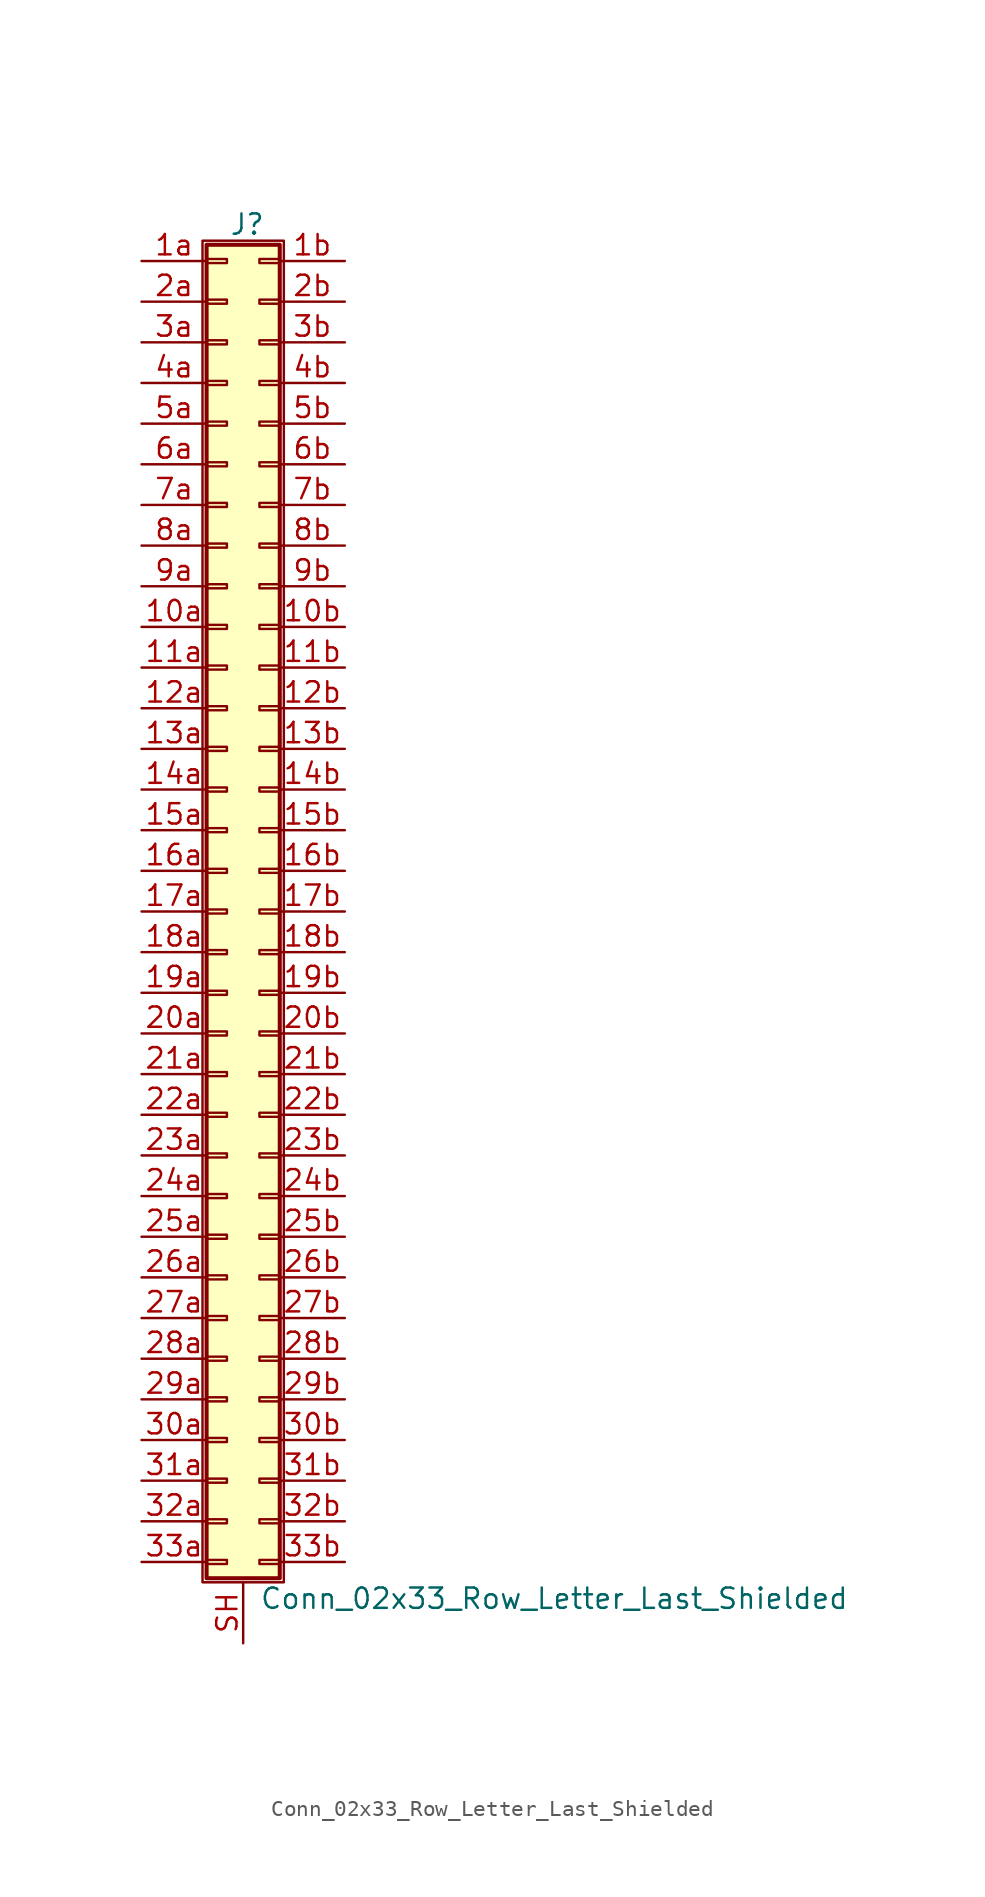
<source format=kicad_sym>
(kicad_symbol_lib
  (version 20201005)
  (generator kicad_symbol_editor)
  (symbol "Connector_Generic_Shielded:Conn_02x33_Row_Letter_Last_Shielded"
    (pin_names
      (offset 1.016) hide)
    (property "Reference" "J"
      (at 1.524 42.926 0)
      (effects (font (size 1.27 1.27))))
    (property "Value" "Conn_02x33_Row_Letter_Last_Shielded"
      (at 2.286 -42.926 0)
      (effects (font (size 1.27 1.27)) (justify left)))
    (symbol "Conn_02x33_Row_Letter_Last_Shielded_1_1"
      (rectangle (start -1.016 -27.813) (end 0.254 -28.067) (stroke (width 0.152)) (fill (type none)))
      (rectangle (start -1.016 -30.353) (end 0.254 -30.607) (stroke (width 0.152)) (fill (type none)))
      (rectangle (start -1.016 -32.893) (end 0.254 -33.147) (stroke (width 0.152)) (fill (type none)))
      (rectangle (start -1.016 -35.433) (end 0.254 -35.687) (stroke (width 0.152)) (fill (type none)))
      (rectangle (start -1.016 -37.973) (end 0.254 -38.227) (stroke (width 0.152)) (fill (type none)))
      (rectangle (start -1.016 -40.513) (end 0.254 -40.767) (stroke (width 0.152)) (fill (type none)))
      (rectangle (start -1.016 -4.953) (end 0.254 -5.207) (stroke (width 0.152)) (fill (type none)))
      (rectangle (start -1.016 -7.493) (end 0.254 -7.747) (stroke (width 0.152)) (fill (type none)))
      (rectangle (start -1.016 -10.033) (end 0.254 -10.287) (stroke (width 0.152)) (fill (type none)))
      (rectangle (start -1.016 -12.573) (end 0.254 -12.827) (stroke (width 0.152)) (fill (type none)))
      (rectangle (start -1.016 -15.113) (end 0.254 -15.367) (stroke (width 0.152)) (fill (type none)))
      (rectangle (start -1.016 -17.653) (end 0.254 -17.907) (stroke (width 0.152)) (fill (type none)))
      (rectangle (start -1.016 -20.193) (end 0.254 -20.447) (stroke (width 0.152)) (fill (type none)))
      (rectangle (start -1.016 -22.733) (end 0.254 -22.987) (stroke (width 0.152)) (fill (type none)))
      (rectangle (start -1.016 -2.413) (end 0.254 -2.667) (stroke (width 0.152)) (fill (type none)))
      (rectangle (start -1.016 -25.273) (end 0.254 -25.527) (stroke (width 0.152)) (fill (type none)))
      (rectangle (start -1.016 25.527) (end 0.254 25.273) (stroke (width 0.152)) (fill (type none)))
      (rectangle (start -1.016 2.667) (end 0.254 2.413) (stroke (width 0.152)) (fill (type none)))
      (rectangle (start -1.016 28.067) (end 0.254 27.813) (stroke (width 0.152)) (fill (type none)))
      (rectangle (start -1.016 30.607) (end 0.254 30.353) (stroke (width 0.152)) (fill (type none)))
      (rectangle (start -1.016 33.147) (end 0.254 32.893) (stroke (width 0.152)) (fill (type none)))
      (rectangle (start -1.016 35.687) (end 0.254 35.433) (stroke (width 0.152)) (fill (type none)))
      (rectangle (start -1.016 38.227) (end 0.254 37.973) (stroke (width 0.152)) (fill (type none)))
      (rectangle (start -1.016 40.767) (end 0.254 40.513) (stroke (width 0.152)) (fill (type none)))
      (rectangle (start -1.016 41.656) (end 3.556 -41.656) (stroke (width 0.254)) (fill (type background)))
      (rectangle (start -1.016 5.207) (end 0.254 4.953) (stroke (width 0.152)) (fill (type none)))
      (rectangle (start -1.016 7.747) (end 0.254 7.493) (stroke (width 0.152)) (fill (type none)))
      (rectangle (start -1.016 10.287) (end 0.254 10.033) (stroke (width 0.152)) (fill (type none)))
      (rectangle (start -1.016 0.127) (end 0.254 -0.127) (stroke (width 0.152)) (fill (type none)))
      (rectangle (start -1.016 12.827) (end 0.254 12.573) (stroke (width 0.152)) (fill (type none)))
      (rectangle (start -1.016 15.367) (end 0.254 15.113) (stroke (width 0.152)) (fill (type none)))
      (rectangle (start -1.016 17.907) (end 0.254 17.653) (stroke (width 0.152)) (fill (type none)))
      (rectangle (start -1.016 20.447) (end 0.254 20.193) (stroke (width 0.152)) (fill (type none)))
      (rectangle (start -1.016 22.987) (end 0.254 22.733) (stroke (width 0.152)) (fill (type none)))
      (rectangle (start -1.27 41.91) (end 3.81 -41.91) (stroke (width 0.152)) (fill (type none)))
      (rectangle (start 3.556 -27.813) (end 2.286 -28.067) (stroke (width 0.152)) (fill (type none)))
      (rectangle (start 3.556 -30.353) (end 2.286 -30.607) (stroke (width 0.152)) (fill (type none)))
      (rectangle (start 3.556 -32.893) (end 2.286 -33.147) (stroke (width 0.152)) (fill (type none)))
      (rectangle (start 3.556 -35.433) (end 2.286 -35.687) (stroke (width 0.152)) (fill (type none)))
      (rectangle (start 3.556 -37.973) (end 2.286 -38.227) (stroke (width 0.152)) (fill (type none)))
      (rectangle (start 3.556 -40.513) (end 2.286 -40.767) (stroke (width 0.152)) (fill (type none)))
      (rectangle (start 3.556 -4.953) (end 2.286 -5.207) (stroke (width 0.152)) (fill (type none)))
      (rectangle (start 3.556 -7.493) (end 2.286 -7.747) (stroke (width 0.152)) (fill (type none)))
      (rectangle (start 3.556 -10.033) (end 2.286 -10.287) (stroke (width 0.152)) (fill (type none)))
      (rectangle (start 3.556 -12.573) (end 2.286 -12.827) (stroke (width 0.152)) (fill (type none)))
      (rectangle (start 3.556 -15.113) (end 2.286 -15.367) (stroke (width 0.152)) (fill (type none)))
      (rectangle (start 3.556 -17.653) (end 2.286 -17.907) (stroke (width 0.152)) (fill (type none)))
      (rectangle (start 3.556 -20.193) (end 2.286 -20.447) (stroke (width 0.152)) (fill (type none)))
      (rectangle (start 3.556 -22.733) (end 2.286 -22.987) (stroke (width 0.152)) (fill (type none)))
      (rectangle (start 3.556 -2.413) (end 2.286 -2.667) (stroke (width 0.152)) (fill (type none)))
      (rectangle (start 3.556 -25.273) (end 2.286 -25.527) (stroke (width 0.152)) (fill (type none)))
      (rectangle (start 3.556 25.527) (end 2.286 25.273) (stroke (width 0.152)) (fill (type none)))
      (rectangle (start 3.556 2.667) (end 2.286 2.413) (stroke (width 0.152)) (fill (type none)))
      (rectangle (start 3.556 28.067) (end 2.286 27.813) (stroke (width 0.152)) (fill (type none)))
      (rectangle (start 3.556 30.607) (end 2.286 30.353) (stroke (width 0.152)) (fill (type none)))
      (rectangle (start 3.556 33.147) (end 2.286 32.893) (stroke (width 0.152)) (fill (type none)))
      (rectangle (start 3.556 35.687) (end 2.286 35.433) (stroke (width 0.152)) (fill (type none)))
      (rectangle (start 3.556 38.227) (end 2.286 37.973) (stroke (width 0.152)) (fill (type none)))
      (rectangle (start 3.556 40.767) (end 2.286 40.513) (stroke (width 0.152)) (fill (type none)))
      (rectangle (start 3.556 5.207) (end 2.286 4.953) (stroke (width 0.152)) (fill (type none)))
      (rectangle (start 3.556 7.747) (end 2.286 7.493) (stroke (width 0.152)) (fill (type none)))
      (rectangle (start 3.556 10.287) (end 2.286 10.033) (stroke (width 0.152)) (fill (type none)))
      (rectangle (start 3.556 0.127) (end 2.286 -0.127) (stroke (width 0.152)) (fill (type none)))
      (rectangle (start 3.556 12.827) (end 2.286 12.573) (stroke (width 0.152)) (fill (type none)))
      (rectangle (start 3.556 15.367) (end 2.286 15.113) (stroke (width 0.152)) (fill (type none)))
      (rectangle (start 3.556 17.907) (end 2.286 17.653) (stroke (width 0.152)) (fill (type none)))
      (rectangle (start 3.556 20.447) (end 2.286 20.193) (stroke (width 0.152)) (fill (type none)))
      (rectangle (start 3.556 22.987) (end 2.286 22.733) (stroke (width 0.152)) (fill (type none)))
      (pin passive line (at -5.08 17.78 0) (length 4.064) (name "Pin_10a" (effects (font (size 1.27 1.27)))) (number "10a" (effects (font (size 1.27 1.27)))))
      (pin passive line (at 7.62 17.78 180) (length 4.064) (name "Pin_10b" (effects (font (size 1.27 1.27)))) (number "10b" (effects (font (size 1.27 1.27)))))
      (pin passive line (at -5.08 15.24 0) (length 4.064) (name "Pin_11a" (effects (font (size 1.27 1.27)))) (number "11a" (effects (font (size 1.27 1.27)))))
      (pin passive line (at 7.62 15.24 180) (length 4.064) (name "Pin_11b" (effects (font (size 1.27 1.27)))) (number "11b" (effects (font (size 1.27 1.27)))))
      (pin passive line (at -5.08 12.7 0) (length 4.064) (name "Pin_12a" (effects (font (size 1.27 1.27)))) (number "12a" (effects (font (size 1.27 1.27)))))
      (pin passive line (at 7.62 12.7 180) (length 4.064) (name "Pin_12b" (effects (font (size 1.27 1.27)))) (number "12b" (effects (font (size 1.27 1.27)))))
      (pin passive line (at -5.08 10.16 0) (length 4.064) (name "Pin_13a" (effects (font (size 1.27 1.27)))) (number "13a" (effects (font (size 1.27 1.27)))))
      (pin passive line (at 7.62 10.16 180) (length 4.064) (name "Pin_13b" (effects (font (size 1.27 1.27)))) (number "13b" (effects (font (size 1.27 1.27)))))
      (pin passive line (at -5.08 7.62 0) (length 4.064) (name "Pin_14a" (effects (font (size 1.27 1.27)))) (number "14a" (effects (font (size 1.27 1.27)))))
      (pin passive line (at 7.62 7.62 180) (length 4.064) (name "Pin_14b" (effects (font (size 1.27 1.27)))) (number "14b" (effects (font (size 1.27 1.27)))))
      (pin passive line (at -5.08 5.08 0) (length 4.064) (name "Pin_15a" (effects (font (size 1.27 1.27)))) (number "15a" (effects (font (size 1.27 1.27)))))
      (pin passive line (at 7.62 5.08 180) (length 4.064) (name "Pin_15b" (effects (font (size 1.27 1.27)))) (number "15b" (effects (font (size 1.27 1.27)))))
      (pin passive line (at -5.08 2.54 0) (length 4.064) (name "Pin_16a" (effects (font (size 1.27 1.27)))) (number "16a" (effects (font (size 1.27 1.27)))))
      (pin passive line (at 7.62 2.54 180) (length 4.064) (name "Pin_16b" (effects (font (size 1.27 1.27)))) (number "16b" (effects (font (size 1.27 1.27)))))
      (pin passive line (at -5.08 0 0) (length 4.064) (name "Pin_17a" (effects (font (size 1.27 1.27)))) (number "17a" (effects (font (size 1.27 1.27)))))
      (pin passive line (at 7.62 0 180) (length 4.064) (name "Pin_17b" (effects (font (size 1.27 1.27)))) (number "17b" (effects (font (size 1.27 1.27)))))
      (pin passive line (at -5.08 -2.54 0) (length 4.064) (name "Pin_18a" (effects (font (size 1.27 1.27)))) (number "18a" (effects (font (size 1.27 1.27)))))
      (pin passive line (at 7.62 -2.54 180) (length 4.064) (name "Pin_18b" (effects (font (size 1.27 1.27)))) (number "18b" (effects (font (size 1.27 1.27)))))
      (pin passive line (at -5.08 -5.08 0) (length 4.064) (name "Pin_19a" (effects (font (size 1.27 1.27)))) (number "19a" (effects (font (size 1.27 1.27)))))
      (pin passive line (at 7.62 -5.08 180) (length 4.064) (name "Pin_19b" (effects (font (size 1.27 1.27)))) (number "19b" (effects (font (size 1.27 1.27)))))
      (pin passive line (at -5.08 40.64 0) (length 4.064) (name "Pin_1a" (effects (font (size 1.27 1.27)))) (number "1a" (effects (font (size 1.27 1.27)))))
      (pin passive line (at 7.62 40.64 180) (length 4.064) (name "Pin_1b" (effects (font (size 1.27 1.27)))) (number "1b" (effects (font (size 1.27 1.27)))))
      (pin passive line (at -5.08 -7.62 0) (length 4.064) (name "Pin_20a" (effects (font (size 1.27 1.27)))) (number "20a" (effects (font (size 1.27 1.27)))))
      (pin passive line (at 7.62 -7.62 180) (length 4.064) (name "Pin_20b" (effects (font (size 1.27 1.27)))) (number "20b" (effects (font (size 1.27 1.27)))))
      (pin passive line (at -5.08 -10.16 0) (length 4.064) (name "Pin_21a" (effects (font (size 1.27 1.27)))) (number "21a" (effects (font (size 1.27 1.27)))))
      (pin passive line (at 7.62 -10.16 180) (length 4.064) (name "Pin_21b" (effects (font (size 1.27 1.27)))) (number "21b" (effects (font (size 1.27 1.27)))))
      (pin passive line (at -5.08 -12.7 0) (length 4.064) (name "Pin_22a" (effects (font (size 1.27 1.27)))) (number "22a" (effects (font (size 1.27 1.27)))))
      (pin passive line (at 7.62 -12.7 180) (length 4.064) (name "Pin_22b" (effects (font (size 1.27 1.27)))) (number "22b" (effects (font (size 1.27 1.27)))))
      (pin passive line (at -5.08 -15.24 0) (length 4.064) (name "Pin_23a" (effects (font (size 1.27 1.27)))) (number "23a" (effects (font (size 1.27 1.27)))))
      (pin passive line (at 7.62 -15.24 180) (length 4.064) (name "Pin_23b" (effects (font (size 1.27 1.27)))) (number "23b" (effects (font (size 1.27 1.27)))))
      (pin passive line (at -5.08 -17.78 0) (length 4.064) (name "Pin_24a" (effects (font (size 1.27 1.27)))) (number "24a" (effects (font (size 1.27 1.27)))))
      (pin passive line (at 7.62 -17.78 180) (length 4.064) (name "Pin_24b" (effects (font (size 1.27 1.27)))) (number "24b" (effects (font (size 1.27 1.27)))))
      (pin passive line (at -5.08 -20.32 0) (length 4.064) (name "Pin_25a" (effects (font (size 1.27 1.27)))) (number "25a" (effects (font (size 1.27 1.27)))))
      (pin passive line (at 7.62 -20.32 180) (length 4.064) (name "Pin_25b" (effects (font (size 1.27 1.27)))) (number "25b" (effects (font (size 1.27 1.27)))))
      (pin passive line (at -5.08 -22.86 0) (length 4.064) (name "Pin_26a" (effects (font (size 1.27 1.27)))) (number "26a" (effects (font (size 1.27 1.27)))))
      (pin passive line (at 7.62 -22.86 180) (length 4.064) (name "Pin_26b" (effects (font (size 1.27 1.27)))) (number "26b" (effects (font (size 1.27 1.27)))))
      (pin passive line (at -5.08 -25.4 0) (length 4.064) (name "Pin_27a" (effects (font (size 1.27 1.27)))) (number "27a" (effects (font (size 1.27 1.27)))))
      (pin passive line (at 7.62 -25.4 180) (length 4.064) (name "Pin_27b" (effects (font (size 1.27 1.27)))) (number "27b" (effects (font (size 1.27 1.27)))))
      (pin passive line (at -5.08 -27.94 0) (length 4.064) (name "Pin_28a" (effects (font (size 1.27 1.27)))) (number "28a" (effects (font (size 1.27 1.27)))))
      (pin passive line (at 7.62 -27.94 180) (length 4.064) (name "Pin_28b" (effects (font (size 1.27 1.27)))) (number "28b" (effects (font (size 1.27 1.27)))))
      (pin passive line (at -5.08 -30.48 0) (length 4.064) (name "Pin_29a" (effects (font (size 1.27 1.27)))) (number "29a" (effects (font (size 1.27 1.27)))))
      (pin passive line (at 7.62 -30.48 180) (length 4.064) (name "Pin_29b" (effects (font (size 1.27 1.27)))) (number "29b" (effects (font (size 1.27 1.27)))))
      (pin passive line (at -5.08 38.1 0) (length 4.064) (name "Pin_2a" (effects (font (size 1.27 1.27)))) (number "2a" (effects (font (size 1.27 1.27)))))
      (pin passive line (at 7.62 38.1 180) (length 4.064) (name "Pin_2b" (effects (font (size 1.27 1.27)))) (number "2b" (effects (font (size 1.27 1.27)))))
      (pin passive line (at -5.08 -33.02 0) (length 4.064) (name "Pin_30a" (effects (font (size 1.27 1.27)))) (number "30a" (effects (font (size 1.27 1.27)))))
      (pin passive line (at 7.62 -33.02 180) (length 4.064) (name "Pin_30b" (effects (font (size 1.27 1.27)))) (number "30b" (effects (font (size 1.27 1.27)))))
      (pin passive line (at -5.08 -35.56 0) (length 4.064) (name "Pin_31a" (effects (font (size 1.27 1.27)))) (number "31a" (effects (font (size 1.27 1.27)))))
      (pin passive line (at 7.62 -35.56 180) (length 4.064) (name "Pin_31b" (effects (font (size 1.27 1.27)))) (number "31b" (effects (font (size 1.27 1.27)))))
      (pin passive line (at -5.08 -38.1 0) (length 4.064) (name "Pin_32a" (effects (font (size 1.27 1.27)))) (number "32a" (effects (font (size 1.27 1.27)))))
      (pin passive line (at 7.62 -38.1 180) (length 4.064) (name "Pin_32b" (effects (font (size 1.27 1.27)))) (number "32b" (effects (font (size 1.27 1.27)))))
      (pin passive line (at -5.08 -40.64 0) (length 4.064) (name "Pin_33a" (effects (font (size 1.27 1.27)))) (number "33a" (effects (font (size 1.27 1.27)))))
      (pin passive line (at 7.62 -40.64 180) (length 4.064) (name "Pin_33b" (effects (font (size 1.27 1.27)))) (number "33b" (effects (font (size 1.27 1.27)))))
      (pin passive line (at -5.08 35.56 0) (length 4.064) (name "Pin_3a" (effects (font (size 1.27 1.27)))) (number "3a" (effects (font (size 1.27 1.27)))))
      (pin passive line (at 7.62 35.56 180) (length 4.064) (name "Pin_3b" (effects (font (size 1.27 1.27)))) (number "3b" (effects (font (size 1.27 1.27)))))
      (pin passive line (at -5.08 33.02 0) (length 4.064) (name "Pin_4a" (effects (font (size 1.27 1.27)))) (number "4a" (effects (font (size 1.27 1.27)))))
      (pin passive line (at 7.62 33.02 180) (length 4.064) (name "Pin_4b" (effects (font (size 1.27 1.27)))) (number "4b" (effects (font (size 1.27 1.27)))))
      (pin passive line (at -5.08 30.48 0) (length 4.064) (name "Pin_5a" (effects (font (size 1.27 1.27)))) (number "5a" (effects (font (size 1.27 1.27)))))
      (pin passive line (at 7.62 30.48 180) (length 4.064) (name "Pin_5b" (effects (font (size 1.27 1.27)))) (number "5b" (effects (font (size 1.27 1.27)))))
      (pin passive line (at -5.08 27.94 0) (length 4.064) (name "Pin_6a" (effects (font (size 1.27 1.27)))) (number "6a" (effects (font (size 1.27 1.27)))))
      (pin passive line (at 7.62 27.94 180) (length 4.064) (name "Pin_6b" (effects (font (size 1.27 1.27)))) (number "6b" (effects (font (size 1.27 1.27)))))
      (pin passive line (at -5.08 25.4 0) (length 4.064) (name "Pin_7a" (effects (font (size 1.27 1.27)))) (number "7a" (effects (font (size 1.27 1.27)))))
      (pin passive line (at 7.62 25.4 180) (length 4.064) (name "Pin_7b" (effects (font (size 1.27 1.27)))) (number "7b" (effects (font (size 1.27 1.27)))))
      (pin passive line (at -5.08 22.86 0) (length 4.064) (name "Pin_8a" (effects (font (size 1.27 1.27)))) (number "8a" (effects (font (size 1.27 1.27)))))
      (pin passive line (at 7.62 22.86 180) (length 4.064) (name "Pin_8b" (effects (font (size 1.27 1.27)))) (number "8b" (effects (font (size 1.27 1.27)))))
      (pin passive line (at -5.08 20.32 0) (length 4.064) (name "Pin_9a" (effects (font (size 1.27 1.27)))) (number "9a" (effects (font (size 1.27 1.27)))))
      (pin passive line (at 7.62 20.32 180) (length 4.064) (name "Pin_9b" (effects (font (size 1.27 1.27)))) (number "9b" (effects (font (size 1.27 1.27)))))
      (pin passive line (at 1.27 -45.72 90) (length 3.81) (name "Shield" (effects (font (size 1.27 1.27)))) (number "SH" (effects (font (size 1.27 1.27))))))))
</source>
